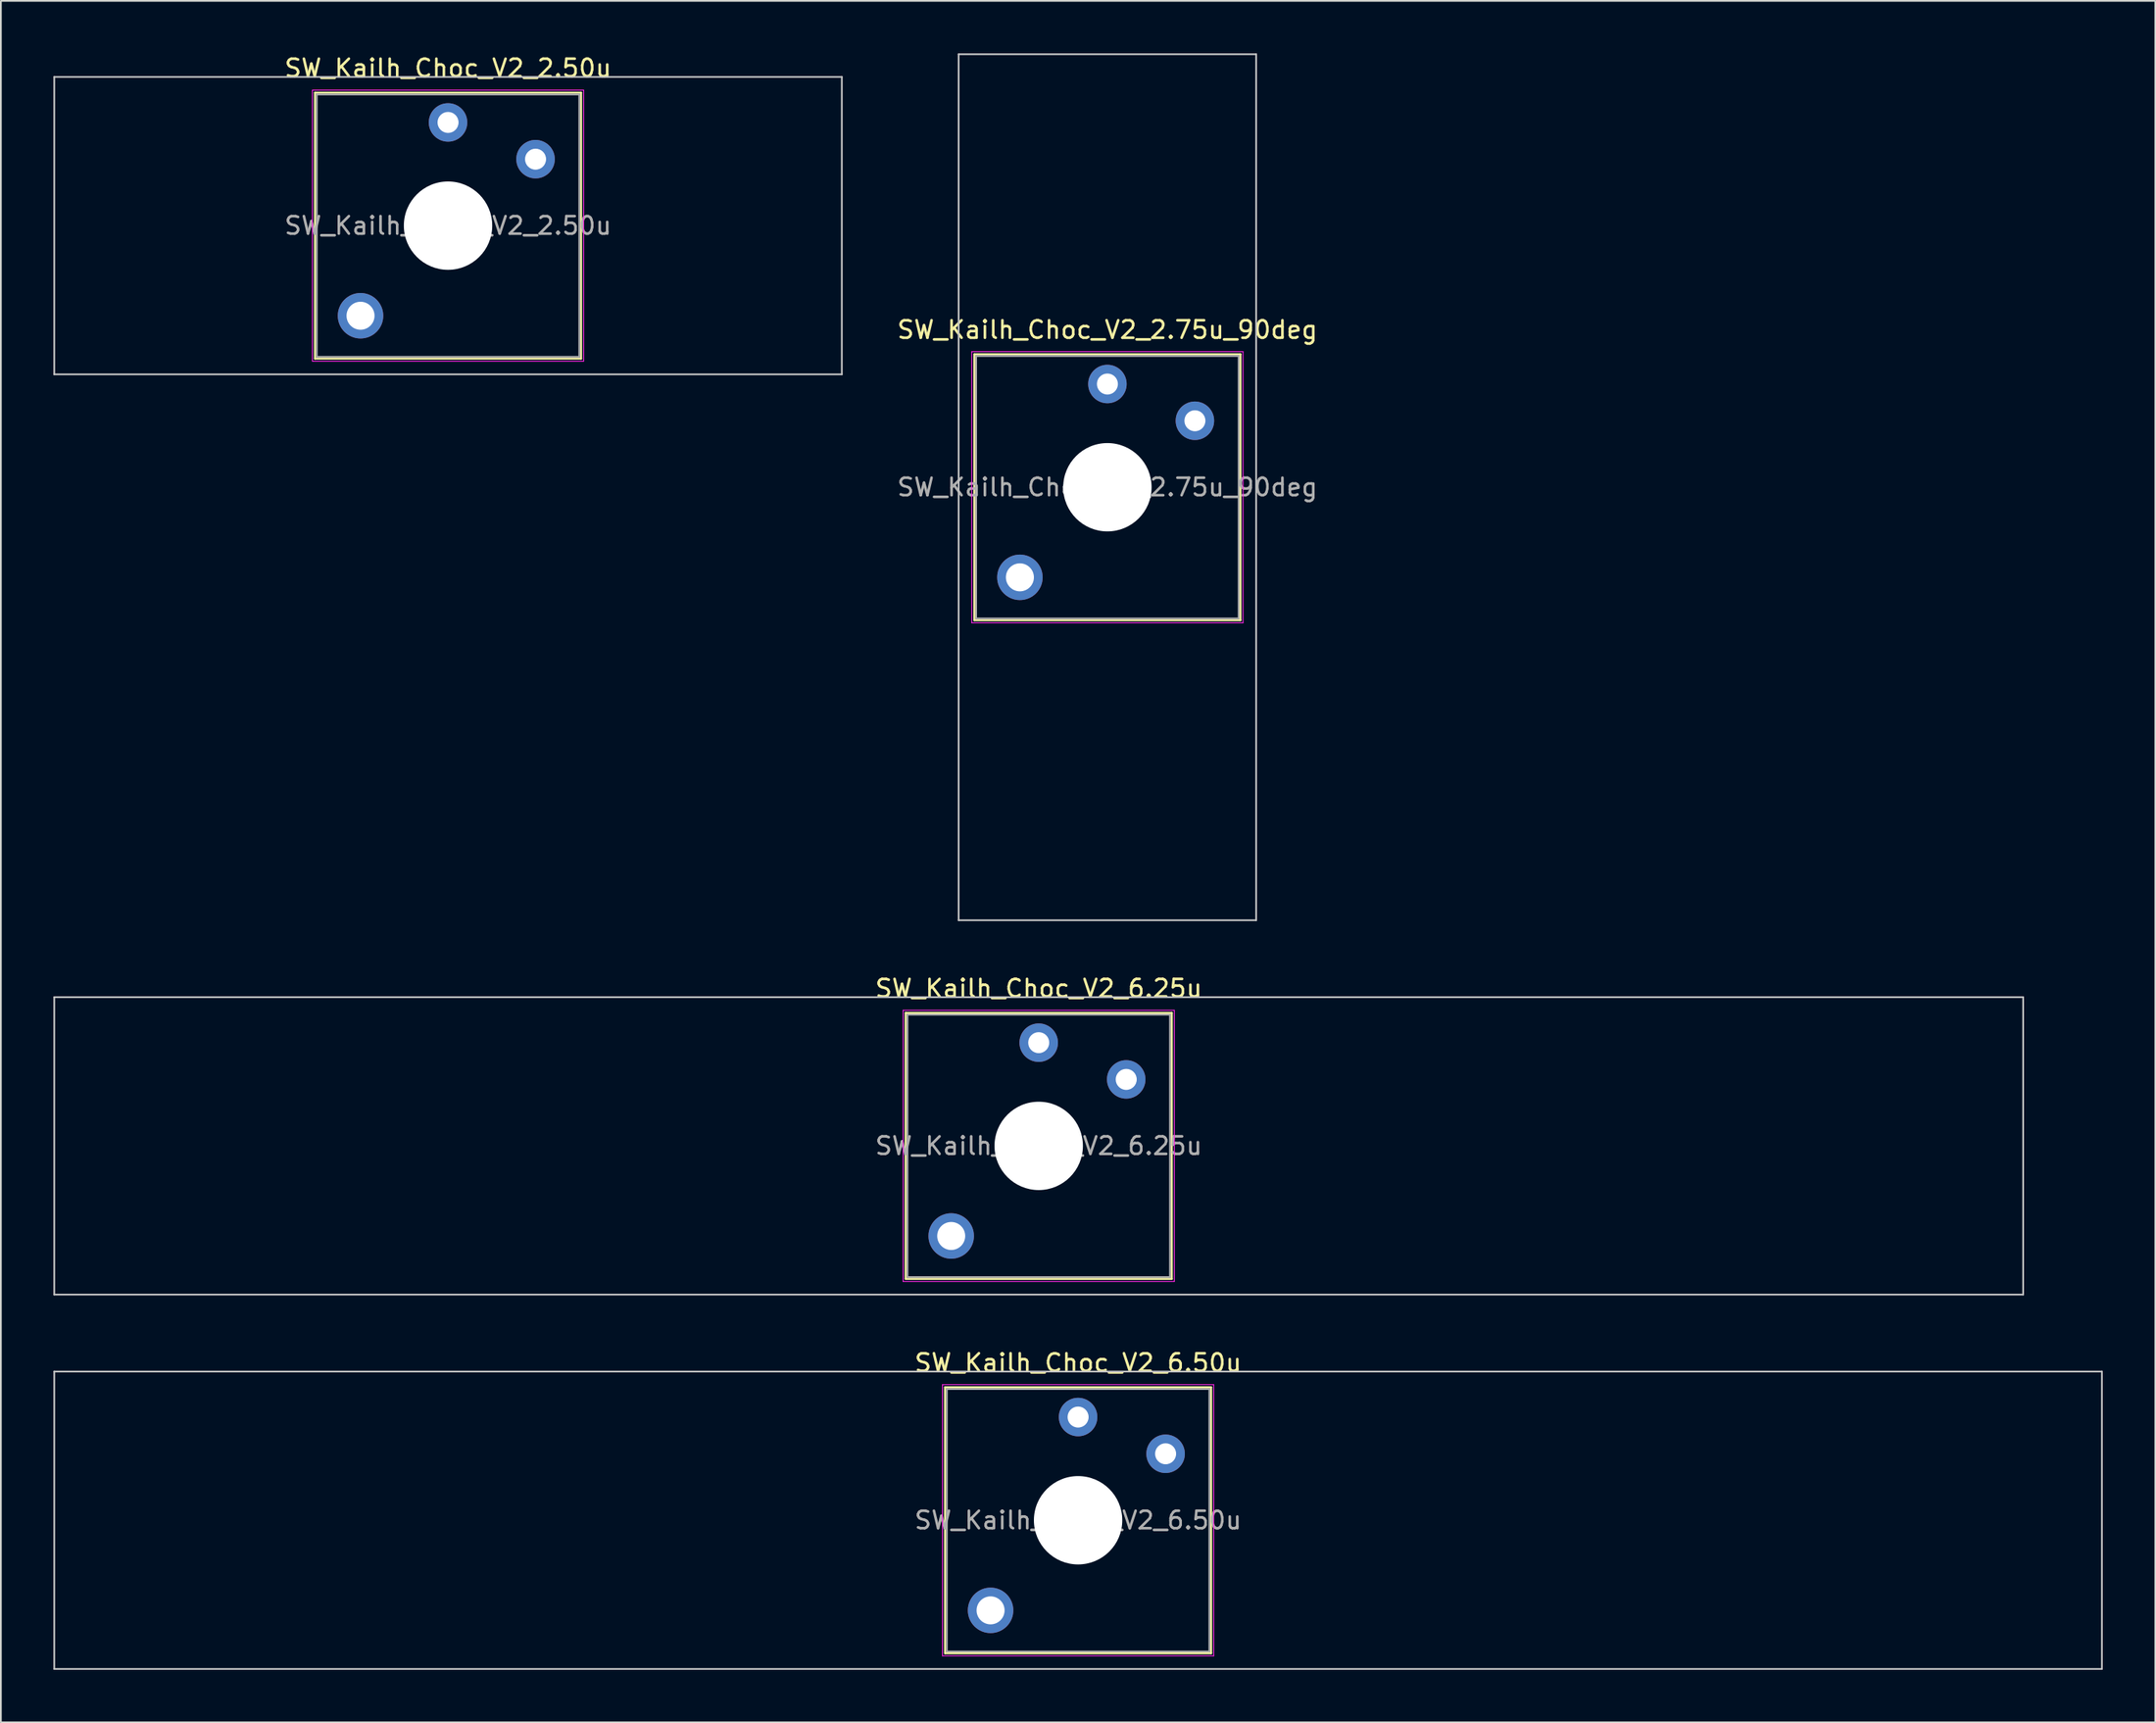
<source format=kicad_pcb>
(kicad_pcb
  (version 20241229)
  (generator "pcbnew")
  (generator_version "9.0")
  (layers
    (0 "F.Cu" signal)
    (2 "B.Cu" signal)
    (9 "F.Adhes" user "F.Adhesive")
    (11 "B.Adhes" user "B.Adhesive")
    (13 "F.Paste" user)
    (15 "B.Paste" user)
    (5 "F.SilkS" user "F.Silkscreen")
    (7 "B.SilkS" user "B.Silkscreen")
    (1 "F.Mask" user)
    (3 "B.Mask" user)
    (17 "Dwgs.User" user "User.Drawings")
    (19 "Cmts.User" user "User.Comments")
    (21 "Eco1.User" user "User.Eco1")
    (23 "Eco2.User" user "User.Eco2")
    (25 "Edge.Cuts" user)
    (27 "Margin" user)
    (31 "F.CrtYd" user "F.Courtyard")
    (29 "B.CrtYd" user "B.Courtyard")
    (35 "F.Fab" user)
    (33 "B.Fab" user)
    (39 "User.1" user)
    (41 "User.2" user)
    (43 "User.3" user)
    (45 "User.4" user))
  (footprint "SW_Kailh_Choc_V2_2.50u"
    (layer "F.Cu")
    (at 22.55 9.848)
    (property "Reference" "SW_Kailh_Choc_V2_2.50u" (at 0 -9 0) (layer "F.SilkS") (effects (font (size 1 1) (thickness 0.15))))
    (attr through_hole)
    (fp_line (start -7.6 -7.6) (end -7.6 7.6) (stroke (width 0.12) (type solid)) (layer "F.SilkS"))
    (fp_line (start -7.6 7.6) (end 7.6 7.6) (stroke (width 0.12) (type solid)) (layer "F.SilkS"))
    (fp_line (start 7.6 -7.6) (end -7.6 -7.6) (stroke (width 0.12) (type solid)) (layer "F.SilkS"))
    (fp_line (start 7.6 7.6) (end 7.6 -7.6) (stroke (width 0.12) (type solid)) (layer "F.SilkS"))
    (fp_line (start -22.5 -8.5) (end -22.5 8.5) (stroke (width 0.1) (type solid)) (layer "Dwgs.User"))
    (fp_line (start -22.5 8.5) (end 22.5 8.5) (stroke (width 0.1) (type solid)) (layer "Dwgs.User"))
    (fp_line (start 22.5 -8.5) (end -22.5 -8.5) (stroke (width 0.1) (type solid)) (layer "Dwgs.User"))
    (fp_line (start 22.5 8.5) (end 22.5 -8.5) (stroke (width 0.1) (type solid)) (layer "Dwgs.User"))
    (fp_line (start -7.25 -7.25) (end -7.25 7.25) (stroke (width 0.1) (type solid)) (layer "Eco1.User"))
    (fp_line (start -7.25 7.25) (end 7.25 7.25) (stroke (width 0.1) (type solid)) (layer "Eco1.User"))
    (fp_line (start 7.25 -7.25) (end -7.25 -7.25) (stroke (width 0.1) (type solid)) (layer "Eco1.User"))
    (fp_line (start 7.25 7.25) (end 7.25 -7.25) (stroke (width 0.1) (type solid)) (layer "Eco1.User"))
    (fp_line (start -7.75 -7.75) (end -7.75 7.75) (stroke (width 0.05) (type solid)) (layer "F.CrtYd"))
    (fp_line (start -7.75 7.75) (end 7.75 7.75) (stroke (width 0.05) (type solid)) (layer "F.CrtYd"))
    (fp_line (start 7.75 -7.75) (end -7.75 -7.75) (stroke (width 0.05) (type solid)) (layer "F.CrtYd"))
    (fp_line (start 7.75 7.75) (end 7.75 -7.75) (stroke (width 0.05) (type solid)) (layer "F.CrtYd"))
    (fp_line (start -7.5 -7.5) (end -7.5 7.5) (stroke (width 0.1) (type solid)) (layer "F.Fab"))
    (fp_line (start -7.5 7.5) (end 7.5 7.5) (stroke (width 0.1) (type solid)) (layer "F.Fab"))
    (fp_line (start 7.5 -7.5) (end -7.5 -7.5) (stroke (width 0.1) (type solid)) (layer "F.Fab"))
    (fp_line (start 7.5 7.5) (end 7.5 -7.5) (stroke (width 0.1) (type solid)) (layer "F.Fab"))
    (fp_text user "${REFERENCE}" (at 0 0 0) (layer "F.Fab") (effects (font (size 1 1) (thickness 0.15))))
    (pad "" smd circle (at -5 5.15) (size 1.65 1.65) (layers "F.Mask"))
    (pad "" thru_hole circle (at -5 5.15) (size 2.6 2.6) (drill 1.6) (layers "*.Cu" "B.Mask"))
    (pad "" smd circle (at 0 -5.9) (size 1.25 1.25) (layers "F.Mask"))
    (pad "" np_thru_hole circle (at 0 0) (size 5.05 5.05) (drill 5.05) (layers "*.Cu" "*.Mask"))
    (pad "" smd circle (at 5 -3.8) (size 1.25 1.25) (layers "F.Mask"))
    (pad "1" thru_hole circle (at 0 -5.9) (size 2.2 2.2) (drill 1.2) (layers "*.Cu" "B.Mask"))
    (pad "2" thru_hole circle (at 5 -3.8) (size 2.2 2.2) (drill 1.2) (layers "*.Cu" "B.Mask")))
  (footprint "SW_Kailh_Choc_V2_2.75u_90deg"
    (layer "F.Cu")
    (at 60.225 24.8)
    (property "Reference" "SW_Kailh_Choc_V2_2.75u_90deg" (at 0 -9 0) (layer "F.SilkS") (effects (font (size 1 1) (thickness 0.15))))
    (attr through_hole)
    (fp_line (start -7.6 -7.6) (end -7.6 7.6) (stroke (width 0.12) (type solid)) (layer "F.SilkS"))
    (fp_line (start -7.6 7.6) (end 7.6 7.6) (stroke (width 0.12) (type solid)) (layer "F.SilkS"))
    (fp_line (start 7.6 -7.6) (end -7.6 -7.6) (stroke (width 0.12) (type solid)) (layer "F.SilkS"))
    (fp_line (start 7.6 7.6) (end 7.6 -7.6) (stroke (width 0.12) (type solid)) (layer "F.SilkS"))
    (fp_line (start -8.5 -24.75) (end 8.5 -24.75) (stroke (width 0.1) (type solid)) (layer "Dwgs.User"))
    (fp_line (start -8.5 24.75) (end -8.5 -24.75) (stroke (width 0.1) (type solid)) (layer "Dwgs.User"))
    (fp_line (start 8.5 -24.75) (end 8.5 24.75) (stroke (width 0.1) (type solid)) (layer "Dwgs.User"))
    (fp_line (start 8.5 24.75) (end -8.5 24.75) (stroke (width 0.1) (type solid)) (layer "Dwgs.User"))
    (fp_line (start -7.25 -7.25) (end -7.25 7.25) (stroke (width 0.1) (type solid)) (layer "Eco1.User"))
    (fp_line (start -7.25 7.25) (end 7.25 7.25) (stroke (width 0.1) (type solid)) (layer "Eco1.User"))
    (fp_line (start 7.25 -7.25) (end -7.25 -7.25) (stroke (width 0.1) (type solid)) (layer "Eco1.User"))
    (fp_line (start 7.25 7.25) (end 7.25 -7.25) (stroke (width 0.1) (type solid)) (layer "Eco1.User"))
    (fp_line (start -7.75 -7.75) (end -7.75 7.75) (stroke (width 0.05) (type solid)) (layer "F.CrtYd"))
    (fp_line (start -7.75 7.75) (end 7.75 7.75) (stroke (width 0.05) (type solid)) (layer "F.CrtYd"))
    (fp_line (start 7.75 -7.75) (end -7.75 -7.75) (stroke (width 0.05) (type solid)) (layer "F.CrtYd"))
    (fp_line (start 7.75 7.75) (end 7.75 -7.75) (stroke (width 0.05) (type solid)) (layer "F.CrtYd"))
    (fp_line (start -7.5 -7.5) (end -7.5 7.5) (stroke (width 0.1) (type solid)) (layer "F.Fab"))
    (fp_line (start -7.5 7.5) (end 7.5 7.5) (stroke (width 0.1) (type solid)) (layer "F.Fab"))
    (fp_line (start 7.5 -7.5) (end -7.5 -7.5) (stroke (width 0.1) (type solid)) (layer "F.Fab"))
    (fp_line (start 7.5 7.5) (end 7.5 -7.5) (stroke (width 0.1) (type solid)) (layer "F.Fab"))
    (fp_text user "${REFERENCE}" (at 0 0 0) (layer "F.Fab") (effects (font (size 1 1) (thickness 0.15))))
    (pad "" smd circle (at -5 5.15) (size 1.65 1.65) (layers "F.Mask"))
    (pad "" thru_hole circle (at -5 5.15) (size 2.6 2.6) (drill 1.6) (layers "*.Cu" "B.Mask"))
    (pad "" smd circle (at 0 -5.9) (size 1.25 1.25) (layers "F.Mask"))
    (pad "" np_thru_hole circle (at 0 0) (size 5.05 5.05) (drill 5.05) (layers "*.Cu" "*.Mask"))
    (pad "" smd circle (at 5 -3.8) (size 1.25 1.25) (layers "F.Mask"))
    (pad "1" thru_hole circle (at 0 -5.9) (size 2.2 2.2) (drill 1.2) (layers "*.Cu" "B.Mask"))
    (pad "2" thru_hole circle (at 5 -3.8) (size 2.2 2.2) (drill 1.2) (layers "*.Cu" "B.Mask")))
  (footprint "SW_Kailh_Choc_V2_6.50u"
    (layer "F.Cu")
    (at 58.55 83.847)
    (property "Reference" "SW_Kailh_Choc_V2_6.50u" (at 0 -9 0) (layer "F.SilkS") (effects (font (size 1 1) (thickness 0.15))))
    (attr through_hole)
    (fp_line (start -7.6 -7.6) (end -7.6 7.6) (stroke (width 0.12) (type solid)) (layer "F.SilkS"))
    (fp_line (start -7.6 7.6) (end 7.6 7.6) (stroke (width 0.12) (type solid)) (layer "F.SilkS"))
    (fp_line (start 7.6 -7.6) (end -7.6 -7.6) (stroke (width 0.12) (type solid)) (layer "F.SilkS"))
    (fp_line (start 7.6 7.6) (end 7.6 -7.6) (stroke (width 0.12) (type solid)) (layer "F.SilkS"))
    (fp_line (start -58.5 -8.5) (end -58.5 8.5) (stroke (width 0.1) (type solid)) (layer "Dwgs.User"))
    (fp_line (start -58.5 8.5) (end 58.5 8.5) (stroke (width 0.1) (type solid)) (layer "Dwgs.User"))
    (fp_line (start 58.5 -8.5) (end -58.5 -8.5) (stroke (width 0.1) (type solid)) (layer "Dwgs.User"))
    (fp_line (start 58.5 8.5) (end 58.5 -8.5) (stroke (width 0.1) (type solid)) (layer "Dwgs.User"))
    (fp_line (start -7.25 -7.25) (end -7.25 7.25) (stroke (width 0.1) (type solid)) (layer "Eco1.User"))
    (fp_line (start -7.25 7.25) (end 7.25 7.25) (stroke (width 0.1) (type solid)) (layer "Eco1.User"))
    (fp_line (start 7.25 -7.25) (end -7.25 -7.25) (stroke (width 0.1) (type solid)) (layer "Eco1.User"))
    (fp_line (start 7.25 7.25) (end 7.25 -7.25) (stroke (width 0.1) (type solid)) (layer "Eco1.User"))
    (fp_line (start -7.75 -7.75) (end -7.75 7.75) (stroke (width 0.05) (type solid)) (layer "F.CrtYd"))
    (fp_line (start -7.75 7.75) (end 7.75 7.75) (stroke (width 0.05) (type solid)) (layer "F.CrtYd"))
    (fp_line (start 7.75 -7.75) (end -7.75 -7.75) (stroke (width 0.05) (type solid)) (layer "F.CrtYd"))
    (fp_line (start 7.75 7.75) (end 7.75 -7.75) (stroke (width 0.05) (type solid)) (layer "F.CrtYd"))
    (fp_line (start -7.5 -7.5) (end -7.5 7.5) (stroke (width 0.1) (type solid)) (layer "F.Fab"))
    (fp_line (start -7.5 7.5) (end 7.5 7.5) (stroke (width 0.1) (type solid)) (layer "F.Fab"))
    (fp_line (start 7.5 -7.5) (end -7.5 -7.5) (stroke (width 0.1) (type solid)) (layer "F.Fab"))
    (fp_line (start 7.5 7.5) (end 7.5 -7.5) (stroke (width 0.1) (type solid)) (layer "F.Fab"))
    (fp_text user "${REFERENCE}" (at 0 0 0) (layer "F.Fab") (effects (font (size 1 1) (thickness 0.15))))
    (pad "" smd circle (at -5 5.15) (size 1.65 1.65) (layers "F.Mask"))
    (pad "" thru_hole circle (at -5 5.15) (size 2.6 2.6) (drill 1.6) (layers "*.Cu" "B.Mask"))
    (pad "" smd circle (at 0 -5.9) (size 1.25 1.25) (layers "F.Mask"))
    (pad "" np_thru_hole circle (at 0 0) (size 5.05 5.05) (drill 5.05) (layers "*.Cu" "*.Mask"))
    (pad "" smd circle (at 5 -3.8) (size 1.25 1.25) (layers "F.Mask"))
    (pad "1" thru_hole circle (at 0 -5.9) (size 2.2 2.2) (drill 1.2) (layers "*.Cu" "B.Mask"))
    (pad "2" thru_hole circle (at 5 -3.8) (size 2.2 2.2) (drill 1.2) (layers "*.Cu" "B.Mask")))
  (footprint "SW_Kailh_Choc_V2_6.25u"
    (layer "F.Cu")
    (at 56.3 62.448)
    (property "Reference" "SW_Kailh_Choc_V2_6.25u" (at 0 -9 0) (layer "F.SilkS") (effects (font (size 1 1) (thickness 0.15))))
    (attr through_hole)
    (fp_line (start -7.6 -7.6) (end -7.6 7.6) (stroke (width 0.12) (type solid)) (layer "F.SilkS"))
    (fp_line (start -7.6 7.6) (end 7.6 7.6) (stroke (width 0.12) (type solid)) (layer "F.SilkS"))
    (fp_line (start 7.6 -7.6) (end -7.6 -7.6) (stroke (width 0.12) (type solid)) (layer "F.SilkS"))
    (fp_line (start 7.6 7.6) (end 7.6 -7.6) (stroke (width 0.12) (type solid)) (layer "F.SilkS"))
    (fp_line (start -56.25 -8.5) (end -56.25 8.5) (stroke (width 0.1) (type solid)) (layer "Dwgs.User"))
    (fp_line (start -56.25 8.5) (end 56.25 8.5) (stroke (width 0.1) (type solid)) (layer "Dwgs.User"))
    (fp_line (start 56.25 -8.5) (end -56.25 -8.5) (stroke (width 0.1) (type solid)) (layer "Dwgs.User"))
    (fp_line (start 56.25 8.5) (end 56.25 -8.5) (stroke (width 0.1) (type solid)) (layer "Dwgs.User"))
    (fp_line (start -7.25 -7.25) (end -7.25 7.25) (stroke (width 0.1) (type solid)) (layer "Eco1.User"))
    (fp_line (start -7.25 7.25) (end 7.25 7.25) (stroke (width 0.1) (type solid)) (layer "Eco1.User"))
    (fp_line (start 7.25 -7.25) (end -7.25 -7.25) (stroke (width 0.1) (type solid)) (layer "Eco1.User"))
    (fp_line (start 7.25 7.25) (end 7.25 -7.25) (stroke (width 0.1) (type solid)) (layer "Eco1.User"))
    (fp_line (start -7.75 -7.75) (end -7.75 7.75) (stroke (width 0.05) (type solid)) (layer "F.CrtYd"))
    (fp_line (start -7.75 7.75) (end 7.75 7.75) (stroke (width 0.05) (type solid)) (layer "F.CrtYd"))
    (fp_line (start 7.75 -7.75) (end -7.75 -7.75) (stroke (width 0.05) (type solid)) (layer "F.CrtYd"))
    (fp_line (start 7.75 7.75) (end 7.75 -7.75) (stroke (width 0.05) (type solid)) (layer "F.CrtYd"))
    (fp_line (start -7.5 -7.5) (end -7.5 7.5) (stroke (width 0.1) (type solid)) (layer "F.Fab"))
    (fp_line (start -7.5 7.5) (end 7.5 7.5) (stroke (width 0.1) (type solid)) (layer "F.Fab"))
    (fp_line (start 7.5 -7.5) (end -7.5 -7.5) (stroke (width 0.1) (type solid)) (layer "F.Fab"))
    (fp_line (start 7.5 7.5) (end 7.5 -7.5) (stroke (width 0.1) (type solid)) (layer "F.Fab"))
    (fp_text user "${REFERENCE}" (at 0 0 0) (layer "F.Fab") (effects (font (size 1 1) (thickness 0.15))))
    (pad "" smd circle (at -5 5.15) (size 1.65 1.65) (layers "F.Mask"))
    (pad "" thru_hole circle (at -5 5.15) (size 2.6 2.6) (drill 1.6) (layers "*.Cu" "B.Mask"))
    (pad "" smd circle (at 0 -5.9) (size 1.25 1.25) (layers "F.Mask"))
    (pad "" np_thru_hole circle (at 0 0) (size 5.05 5.05) (drill 5.05) (layers "*.Cu" "*.Mask"))
    (pad "" smd circle (at 5 -3.8) (size 1.25 1.25) (layers "F.Mask"))
    (pad "1" thru_hole circle (at 0 -5.9) (size 2.2 2.2) (drill 1.2) (layers "*.Cu" "B.Mask"))
    (pad "2" thru_hole circle (at 5 -3.8) (size 2.2 2.2) (drill 1.2) (layers "*.Cu" "B.Mask")))
  (gr_rect
    (start -3 -3)
    (end 120.1 95.397)
    (stroke (width 0.1) (type default))
    (fill no)
    (layer "Edge.Cuts")))
</source>
